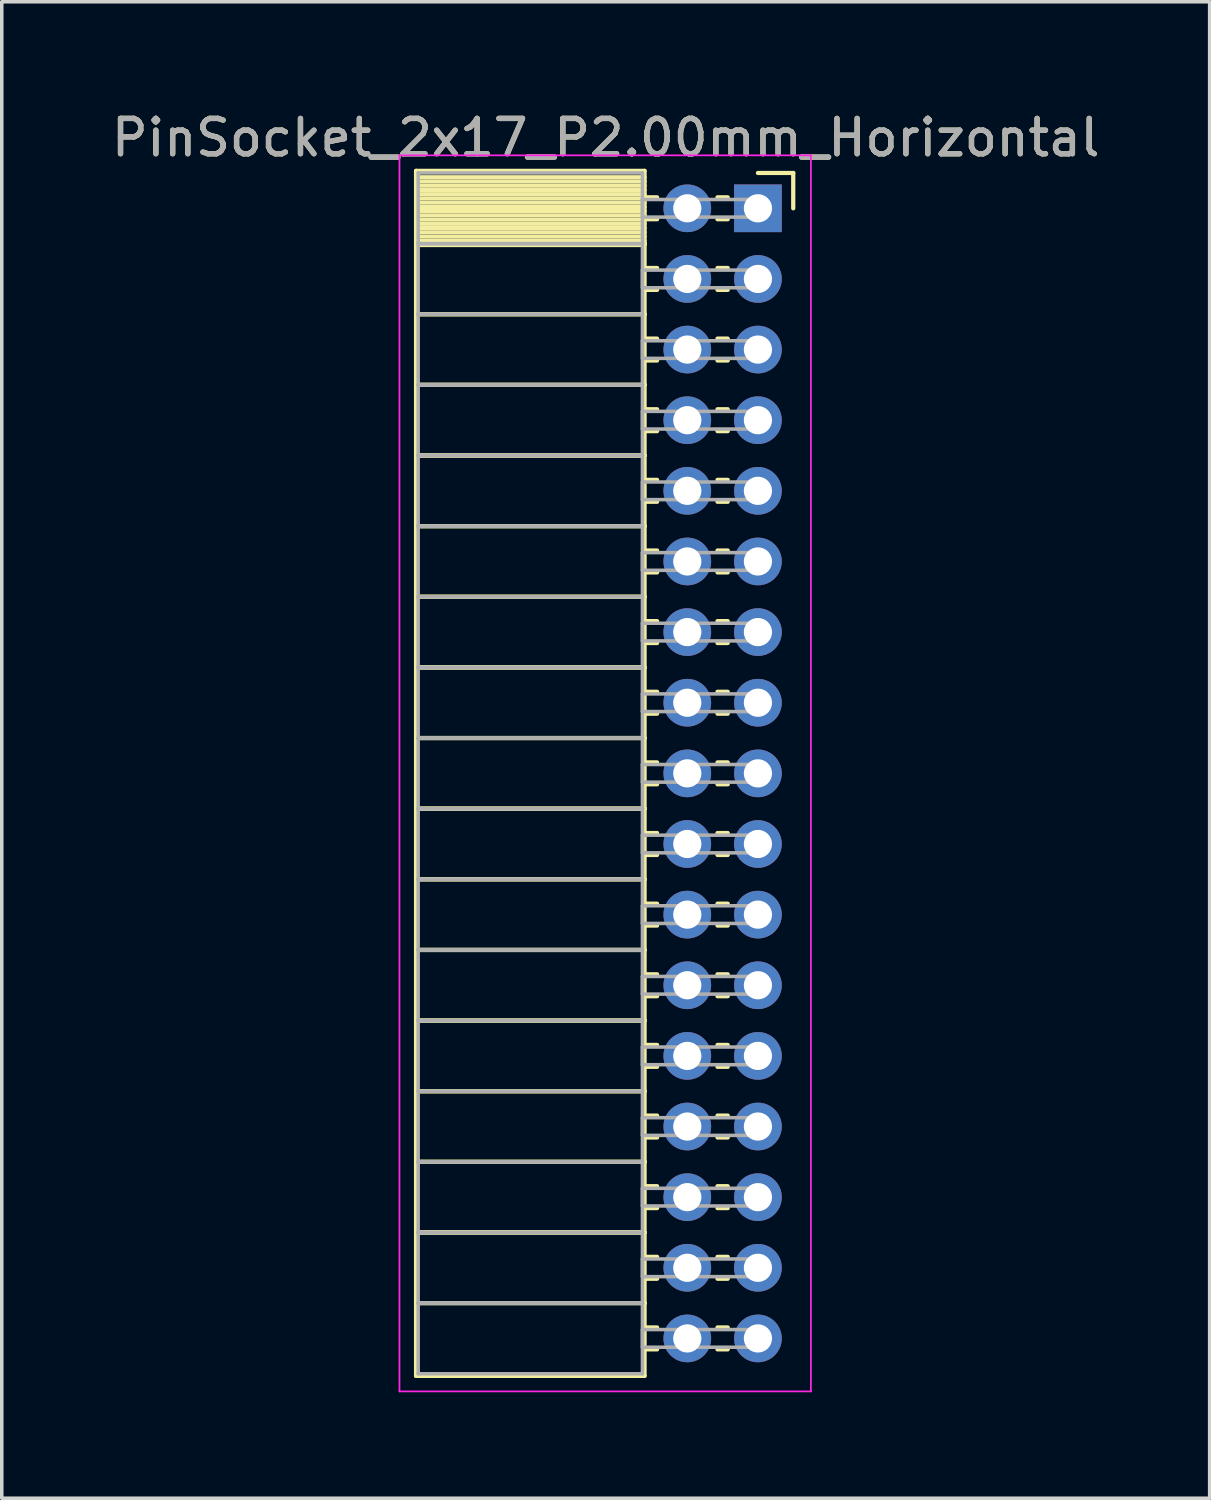
<source format=kicad_pcb>
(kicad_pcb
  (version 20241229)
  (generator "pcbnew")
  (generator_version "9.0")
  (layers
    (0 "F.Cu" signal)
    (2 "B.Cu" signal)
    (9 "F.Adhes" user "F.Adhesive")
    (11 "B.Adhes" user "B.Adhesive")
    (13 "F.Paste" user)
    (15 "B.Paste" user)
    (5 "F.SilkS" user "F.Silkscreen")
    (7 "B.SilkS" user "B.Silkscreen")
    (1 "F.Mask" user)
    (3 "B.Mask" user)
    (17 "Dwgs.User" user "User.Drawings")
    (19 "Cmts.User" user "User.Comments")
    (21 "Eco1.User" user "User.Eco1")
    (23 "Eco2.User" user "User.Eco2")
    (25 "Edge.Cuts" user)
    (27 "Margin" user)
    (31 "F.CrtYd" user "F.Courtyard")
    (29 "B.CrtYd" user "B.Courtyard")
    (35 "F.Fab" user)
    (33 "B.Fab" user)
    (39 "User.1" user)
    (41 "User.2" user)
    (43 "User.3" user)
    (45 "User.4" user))
  (footprint "PinSocket_2x17_P2.00mm_Horizontal"
    (layer "F.Cu")
    (at 18.411 2.848)
    (property "Reference" "PinSocket_2x17_P2.00mm_Horizontal" (at -4.31 -2 0) (layer "F.SilkS") (effects (font (size 1 1) (thickness 0.15))))
    (attr through_hole)
    (fp_line (start -9.68 -1.06) (end -3.21 -1.06) (stroke (width 0.12) (type solid)) (layer "F.SilkS"))
    (fp_line (start -9.68 1) (end -9.68 -1.06) (stroke (width 0.12) (type solid)) (layer "F.SilkS"))
    (fp_line (start -9.68 1) (end -3.21 1) (stroke (width 0.12) (type solid)) (layer "F.SilkS"))
    (fp_line (start -9.68 3) (end -9.68 1) (stroke (width 0.12) (type solid)) (layer "F.SilkS"))
    (fp_line (start -9.68 3) (end -3.21 3) (stroke (width 0.12) (type solid)) (layer "F.SilkS"))
    (fp_line (start -9.68 5) (end -9.68 3) (stroke (width 0.12) (type solid)) (layer "F.SilkS"))
    (fp_line (start -9.68 5) (end -3.21 5) (stroke (width 0.12) (type solid)) (layer "F.SilkS"))
    (fp_line (start -9.68 7) (end -9.68 5) (stroke (width 0.12) (type solid)) (layer "F.SilkS"))
    (fp_line (start -9.68 7) (end -3.21 7) (stroke (width 0.12) (type solid)) (layer "F.SilkS"))
    (fp_line (start -9.68 9) (end -9.68 7) (stroke (width 0.12) (type solid)) (layer "F.SilkS"))
    (fp_line (start -9.68 9) (end -3.21 9) (stroke (width 0.12) (type solid)) (layer "F.SilkS"))
    (fp_line (start -9.68 11) (end -9.68 9) (stroke (width 0.12) (type solid)) (layer "F.SilkS"))
    (fp_line (start -9.68 11) (end -3.21 11) (stroke (width 0.12) (type solid)) (layer "F.SilkS"))
    (fp_line (start -9.68 13) (end -9.68 11) (stroke (width 0.12) (type solid)) (layer "F.SilkS"))
    (fp_line (start -9.68 13) (end -3.21 13) (stroke (width 0.12) (type solid)) (layer "F.SilkS"))
    (fp_line (start -9.68 15) (end -9.68 13) (stroke (width 0.12) (type solid)) (layer "F.SilkS"))
    (fp_line (start -9.68 15) (end -3.21 15) (stroke (width 0.12) (type solid)) (layer "F.SilkS"))
    (fp_line (start -9.68 17) (end -9.68 15) (stroke (width 0.12) (type solid)) (layer "F.SilkS"))
    (fp_line (start -9.68 17) (end -3.21 17) (stroke (width 0.12) (type solid)) (layer "F.SilkS"))
    (fp_line (start -9.68 19) (end -9.68 17) (stroke (width 0.12) (type solid)) (layer "F.SilkS"))
    (fp_line (start -9.68 19) (end -3.21 19) (stroke (width 0.12) (type solid)) (layer "F.SilkS"))
    (fp_line (start -9.68 21) (end -9.68 19) (stroke (width 0.12) (type solid)) (layer "F.SilkS"))
    (fp_line (start -9.68 21) (end -3.21 21) (stroke (width 0.12) (type solid)) (layer "F.SilkS"))
    (fp_line (start -9.68 23) (end -9.68 21) (stroke (width 0.12) (type solid)) (layer "F.SilkS"))
    (fp_line (start -9.68 23) (end -3.21 23) (stroke (width 0.12) (type solid)) (layer "F.SilkS"))
    (fp_line (start -9.68 25) (end -9.68 23) (stroke (width 0.12) (type solid)) (layer "F.SilkS"))
    (fp_line (start -9.68 25) (end -3.21 25) (stroke (width 0.12) (type solid)) (layer "F.SilkS"))
    (fp_line (start -9.68 27) (end -9.68 25) (stroke (width 0.12) (type solid)) (layer "F.SilkS"))
    (fp_line (start -9.68 27) (end -3.21 27) (stroke (width 0.12) (type solid)) (layer "F.SilkS"))
    (fp_line (start -9.68 29) (end -9.68 27) (stroke (width 0.12) (type solid)) (layer "F.SilkS"))
    (fp_line (start -9.68 29) (end -3.21 29) (stroke (width 0.12) (type solid)) (layer "F.SilkS"))
    (fp_line (start -9.68 31) (end -9.68 29) (stroke (width 0.12) (type solid)) (layer "F.SilkS"))
    (fp_line (start -9.68 31) (end -3.21 31) (stroke (width 0.12) (type solid)) (layer "F.SilkS"))
    (fp_line (start -9.68 33.06) (end -9.68 31) (stroke (width 0.12) (type solid)) (layer "F.SilkS"))
    (fp_line (start -3.21 -1.06) (end -3.21 1) (stroke (width 0.12) (type solid)) (layer "F.SilkS"))
    (fp_line (start -3.21 -0.88) (end -9.68 -0.88) (stroke (width 0.12) (type solid)) (layer "F.SilkS"))
    (fp_line (start -3.21 -0.76) (end -9.68 -0.76) (stroke (width 0.12) (type solid)) (layer "F.SilkS"))
    (fp_line (start -3.21 -0.64) (end -9.68 -0.64) (stroke (width 0.12) (type solid)) (layer "F.SilkS"))
    (fp_line (start -3.21 -0.52) (end -9.68 -0.52) (stroke (width 0.12) (type solid)) (layer "F.SilkS"))
    (fp_line (start -3.21 -0.4) (end -9.68 -0.4) (stroke (width 0.12) (type solid)) (layer "F.SilkS"))
    (fp_line (start -3.21 -0.28) (end -9.68 -0.28) (stroke (width 0.12) (type solid)) (layer "F.SilkS"))
    (fp_line (start -3.21 -0.16) (end -9.68 -0.16) (stroke (width 0.12) (type solid)) (layer "F.SilkS"))
    (fp_line (start -3.21 -0.04) (end -9.68 -0.04) (stroke (width 0.12) (type solid)) (layer "F.SilkS"))
    (fp_line (start -3.21 0.08) (end -9.68 0.08) (stroke (width 0.12) (type solid)) (layer "F.SilkS"))
    (fp_line (start -3.21 0.2) (end -9.68 0.2) (stroke (width 0.12) (type solid)) (layer "F.SilkS"))
    (fp_line (start -3.21 0.32) (end -9.68 0.32) (stroke (width 0.12) (type solid)) (layer "F.SilkS"))
    (fp_line (start -3.21 0.44) (end -9.68 0.44) (stroke (width 0.12) (type solid)) (layer "F.SilkS"))
    (fp_line (start -3.21 0.56) (end -9.68 0.56) (stroke (width 0.12) (type solid)) (layer "F.SilkS"))
    (fp_line (start -3.21 0.68) (end -9.68 0.68) (stroke (width 0.12) (type solid)) (layer "F.SilkS"))
    (fp_line (start -3.21 0.8) (end -9.68 0.8) (stroke (width 0.12) (type solid)) (layer "F.SilkS"))
    (fp_line (start -3.21 0.92) (end -9.68 0.92) (stroke (width 0.12) (type solid)) (layer "F.SilkS"))
    (fp_line (start -3.21 1) (end -9.68 1) (stroke (width 0.12) (type solid)) (layer "F.SilkS"))
    (fp_line (start -3.21 1) (end -3.21 3) (stroke (width 0.12) (type solid)) (layer "F.SilkS"))
    (fp_line (start -3.21 1.04) (end -9.68 1.04) (stroke (width 0.12) (type solid)) (layer "F.SilkS"))
    (fp_line (start -3.21 3) (end -9.68 3) (stroke (width 0.12) (type solid)) (layer "F.SilkS"))
    (fp_line (start -3.21 3) (end -3.21 5) (stroke (width 0.12) (type solid)) (layer "F.SilkS"))
    (fp_line (start -3.21 5) (end -9.68 5) (stroke (width 0.12) (type solid)) (layer "F.SilkS"))
    (fp_line (start -3.21 5) (end -3.21 7) (stroke (width 0.12) (type solid)) (layer "F.SilkS"))
    (fp_line (start -3.21 7) (end -9.68 7) (stroke (width 0.12) (type solid)) (layer "F.SilkS"))
    (fp_line (start -3.21 7) (end -3.21 9) (stroke (width 0.12) (type solid)) (layer "F.SilkS"))
    (fp_line (start -3.21 9) (end -9.68 9) (stroke (width 0.12) (type solid)) (layer "F.SilkS"))
    (fp_line (start -3.21 9) (end -3.21 11) (stroke (width 0.12) (type solid)) (layer "F.SilkS"))
    (fp_line (start -3.21 11) (end -9.68 11) (stroke (width 0.12) (type solid)) (layer "F.SilkS"))
    (fp_line (start -3.21 11) (end -3.21 13) (stroke (width 0.12) (type solid)) (layer "F.SilkS"))
    (fp_line (start -3.21 13) (end -9.68 13) (stroke (width 0.12) (type solid)) (layer "F.SilkS"))
    (fp_line (start -3.21 13) (end -3.21 15) (stroke (width 0.12) (type solid)) (layer "F.SilkS"))
    (fp_line (start -3.21 15) (end -9.68 15) (stroke (width 0.12) (type solid)) (layer "F.SilkS"))
    (fp_line (start -3.21 15) (end -3.21 17) (stroke (width 0.12) (type solid)) (layer "F.SilkS"))
    (fp_line (start -3.21 17) (end -9.68 17) (stroke (width 0.12) (type solid)) (layer "F.SilkS"))
    (fp_line (start -3.21 17) (end -3.21 19) (stroke (width 0.12) (type solid)) (layer "F.SilkS"))
    (fp_line (start -3.21 19) (end -9.68 19) (stroke (width 0.12) (type solid)) (layer "F.SilkS"))
    (fp_line (start -3.21 19) (end -3.21 21) (stroke (width 0.12) (type solid)) (layer "F.SilkS"))
    (fp_line (start -3.21 21) (end -9.68 21) (stroke (width 0.12) (type solid)) (layer "F.SilkS"))
    (fp_line (start -3.21 21) (end -3.21 23) (stroke (width 0.12) (type solid)) (layer "F.SilkS"))
    (fp_line (start -3.21 23) (end -9.68 23) (stroke (width 0.12) (type solid)) (layer "F.SilkS"))
    (fp_line (start -3.21 23) (end -3.21 25) (stroke (width 0.12) (type solid)) (layer "F.SilkS"))
    (fp_line (start -3.21 25) (end -9.68 25) (stroke (width 0.12) (type solid)) (layer "F.SilkS"))
    (fp_line (start -3.21 25) (end -3.21 27) (stroke (width 0.12) (type solid)) (layer "F.SilkS"))
    (fp_line (start -3.21 27) (end -9.68 27) (stroke (width 0.12) (type solid)) (layer "F.SilkS"))
    (fp_line (start -3.21 27) (end -3.21 29) (stroke (width 0.12) (type solid)) (layer "F.SilkS"))
    (fp_line (start -3.21 29) (end -9.68 29) (stroke (width 0.12) (type solid)) (layer "F.SilkS"))
    (fp_line (start -3.21 29) (end -3.21 31) (stroke (width 0.12) (type solid)) (layer "F.SilkS"))
    (fp_line (start -3.21 31) (end -9.68 31) (stroke (width 0.12) (type solid)) (layer "F.SilkS"))
    (fp_line (start -3.21 31) (end -3.21 33.06) (stroke (width 0.12) (type solid)) (layer "F.SilkS"))
    (fp_line (start -3.21 33.06) (end -9.68 33.06) (stroke (width 0.12) (type solid)) (layer "F.SilkS"))
    (fp_line (start -2.855 -0.31) (end -3.21 -0.31) (stroke (width 0.12) (type solid)) (layer "F.SilkS"))
    (fp_line (start -2.855 0.31) (end -3.21 0.31) (stroke (width 0.12) (type solid)) (layer "F.SilkS"))
    (fp_line (start -2.855 1.69) (end -3.21 1.69) (stroke (width 0.12) (type solid)) (layer "F.SilkS"))
    (fp_line (start -2.855 2.31) (end -3.21 2.31) (stroke (width 0.12) (type solid)) (layer "F.SilkS"))
    (fp_line (start -2.855 3.69) (end -3.21 3.69) (stroke (width 0.12) (type solid)) (layer "F.SilkS"))
    (fp_line (start -2.855 4.31) (end -3.21 4.31) (stroke (width 0.12) (type solid)) (layer "F.SilkS"))
    (fp_line (start -2.855 5.69) (end -3.21 5.69) (stroke (width 0.12) (type solid)) (layer "F.SilkS"))
    (fp_line (start -2.855 6.31) (end -3.21 6.31) (stroke (width 0.12) (type solid)) (layer "F.SilkS"))
    (fp_line (start -2.855 7.69) (end -3.21 7.69) (stroke (width 0.12) (type solid)) (layer "F.SilkS"))
    (fp_line (start -2.855 8.31) (end -3.21 8.31) (stroke (width 0.12) (type solid)) (layer "F.SilkS"))
    (fp_line (start -2.855 9.69) (end -3.21 9.69) (stroke (width 0.12) (type solid)) (layer "F.SilkS"))
    (fp_line (start -2.855 10.31) (end -3.21 10.31) (stroke (width 0.12) (type solid)) (layer "F.SilkS"))
    (fp_line (start -2.855 11.69) (end -3.21 11.69) (stroke (width 0.12) (type solid)) (layer "F.SilkS"))
    (fp_line (start -2.855 12.31) (end -3.21 12.31) (stroke (width 0.12) (type solid)) (layer "F.SilkS"))
    (fp_line (start -2.855 13.69) (end -3.21 13.69) (stroke (width 0.12) (type solid)) (layer "F.SilkS"))
    (fp_line (start -2.855 14.31) (end -3.21 14.31) (stroke (width 0.12) (type solid)) (layer "F.SilkS"))
    (fp_line (start -2.855 15.69) (end -3.21 15.69) (stroke (width 0.12) (type solid)) (layer "F.SilkS"))
    (fp_line (start -2.855 16.31) (end -3.21 16.31) (stroke (width 0.12) (type solid)) (layer "F.SilkS"))
    (fp_line (start -2.855 17.69) (end -3.21 17.69) (stroke (width 0.12) (type solid)) (layer "F.SilkS"))
    (fp_line (start -2.855 18.31) (end -3.21 18.31) (stroke (width 0.12) (type solid)) (layer "F.SilkS"))
    (fp_line (start -2.855 19.69) (end -3.21 19.69) (stroke (width 0.12) (type solid)) (layer "F.SilkS"))
    (fp_line (start -2.855 20.31) (end -3.21 20.31) (stroke (width 0.12) (type solid)) (layer "F.SilkS"))
    (fp_line (start -2.855 21.69) (end -3.21 21.69) (stroke (width 0.12) (type solid)) (layer "F.SilkS"))
    (fp_line (start -2.855 22.31) (end -3.21 22.31) (stroke (width 0.12) (type solid)) (layer "F.SilkS"))
    (fp_line (start -2.855 23.69) (end -3.21 23.69) (stroke (width 0.12) (type solid)) (layer "F.SilkS"))
    (fp_line (start -2.855 24.31) (end -3.21 24.31) (stroke (width 0.12) (type solid)) (layer "F.SilkS"))
    (fp_line (start -2.855 25.69) (end -3.21 25.69) (stroke (width 0.12) (type solid)) (layer "F.SilkS"))
    (fp_line (start -2.855 26.31) (end -3.21 26.31) (stroke (width 0.12) (type solid)) (layer "F.SilkS"))
    (fp_line (start -2.855 27.69) (end -3.21 27.69) (stroke (width 0.12) (type solid)) (layer "F.SilkS"))
    (fp_line (start -2.855 28.31) (end -3.21 28.31) (stroke (width 0.12) (type solid)) (layer "F.SilkS"))
    (fp_line (start -2.855 29.69) (end -3.21 29.69) (stroke (width 0.12) (type solid)) (layer "F.SilkS"))
    (fp_line (start -2.855 30.31) (end -3.21 30.31) (stroke (width 0.12) (type solid)) (layer "F.SilkS"))
    (fp_line (start -2.855 31.69) (end -3.21 31.69) (stroke (width 0.12) (type solid)) (layer "F.SilkS"))
    (fp_line (start -2.855 32.31) (end -3.21 32.31) (stroke (width 0.12) (type solid)) (layer "F.SilkS"))
    (fp_line (start -0.855 -0.31) (end -1.145 -0.31) (stroke (width 0.12) (type solid)) (layer "F.SilkS"))
    (fp_line (start -0.855 0.31) (end -1.145 0.31) (stroke (width 0.12) (type solid)) (layer "F.SilkS"))
    (fp_line (start -0.855 1.69) (end -1.145 1.69) (stroke (width 0.12) (type solid)) (layer "F.SilkS"))
    (fp_line (start -0.855 2.31) (end -1.145 2.31) (stroke (width 0.12) (type solid)) (layer "F.SilkS"))
    (fp_line (start -0.855 3.69) (end -1.145 3.69) (stroke (width 0.12) (type solid)) (layer "F.SilkS"))
    (fp_line (start -0.855 4.31) (end -1.145 4.31) (stroke (width 0.12) (type solid)) (layer "F.SilkS"))
    (fp_line (start -0.855 5.69) (end -1.145 5.69) (stroke (width 0.12) (type solid)) (layer "F.SilkS"))
    (fp_line (start -0.855 6.31) (end -1.145 6.31) (stroke (width 0.12) (type solid)) (layer "F.SilkS"))
    (fp_line (start -0.855 7.69) (end -1.145 7.69) (stroke (width 0.12) (type solid)) (layer "F.SilkS"))
    (fp_line (start -0.855 8.31) (end -1.145 8.31) (stroke (width 0.12) (type solid)) (layer "F.SilkS"))
    (fp_line (start -0.855 9.69) (end -1.145 9.69) (stroke (width 0.12) (type solid)) (layer "F.SilkS"))
    (fp_line (start -0.855 10.31) (end -1.145 10.31) (stroke (width 0.12) (type solid)) (layer "F.SilkS"))
    (fp_line (start -0.855 11.69) (end -1.145 11.69) (stroke (width 0.12) (type solid)) (layer "F.SilkS"))
    (fp_line (start -0.855 12.31) (end -1.145 12.31) (stroke (width 0.12) (type solid)) (layer "F.SilkS"))
    (fp_line (start -0.855 13.69) (end -1.145 13.69) (stroke (width 0.12) (type solid)) (layer "F.SilkS"))
    (fp_line (start -0.855 14.31) (end -1.145 14.31) (stroke (width 0.12) (type solid)) (layer "F.SilkS"))
    (fp_line (start -0.855 15.69) (end -1.145 15.69) (stroke (width 0.12) (type solid)) (layer "F.SilkS"))
    (fp_line (start -0.855 16.31) (end -1.145 16.31) (stroke (width 0.12) (type solid)) (layer "F.SilkS"))
    (fp_line (start -0.855 17.69) (end -1.145 17.69) (stroke (width 0.12) (type solid)) (layer "F.SilkS"))
    (fp_line (start -0.855 18.31) (end -1.145 18.31) (stroke (width 0.12) (type solid)) (layer "F.SilkS"))
    (fp_line (start -0.855 19.69) (end -1.145 19.69) (stroke (width 0.12) (type solid)) (layer "F.SilkS"))
    (fp_line (start -0.855 20.31) (end -1.145 20.31) (stroke (width 0.12) (type solid)) (layer "F.SilkS"))
    (fp_line (start -0.855 21.69) (end -1.145 21.69) (stroke (width 0.12) (type solid)) (layer "F.SilkS"))
    (fp_line (start -0.855 22.31) (end -1.145 22.31) (stroke (width 0.12) (type solid)) (layer "F.SilkS"))
    (fp_line (start -0.855 23.69) (end -1.145 23.69) (stroke (width 0.12) (type solid)) (layer "F.SilkS"))
    (fp_line (start -0.855 24.31) (end -1.145 24.31) (stroke (width 0.12) (type solid)) (layer "F.SilkS"))
    (fp_line (start -0.855 25.69) (end -1.145 25.69) (stroke (width 0.12) (type solid)) (layer "F.SilkS"))
    (fp_line (start -0.855 26.31) (end -1.145 26.31) (stroke (width 0.12) (type solid)) (layer "F.SilkS"))
    (fp_line (start -0.855 27.69) (end -1.145 27.69) (stroke (width 0.12) (type solid)) (layer "F.SilkS"))
    (fp_line (start -0.855 28.31) (end -1.145 28.31) (stroke (width 0.12) (type solid)) (layer "F.SilkS"))
    (fp_line (start -0.855 29.69) (end -1.145 29.69) (stroke (width 0.12) (type solid)) (layer "F.SilkS"))
    (fp_line (start -0.855 30.31) (end -1.145 30.31) (stroke (width 0.12) (type solid)) (layer "F.SilkS"))
    (fp_line (start -0.855 31.69) (end -1.145 31.69) (stroke (width 0.12) (type solid)) (layer "F.SilkS"))
    (fp_line (start -0.855 32.31) (end -1.145 32.31) (stroke (width 0.12) (type solid)) (layer "F.SilkS"))
    (fp_line (start 0 -1) (end 1 -1) (stroke (width 0.12) (type solid)) (layer "F.SilkS"))
    (fp_line (start 1 -1) (end 1 0) (stroke (width 0.12) (type solid)) (layer "F.SilkS"))
    (fp_line (start -10.15 -1.5) (end 1.5 -1.5) (stroke (width 0.05) (type solid)) (layer "F.CrtYd"))
    (fp_line (start -10.15 33.5) (end -10.15 -1.5) (stroke (width 0.05) (type solid)) (layer "F.CrtYd"))
    (fp_line (start 1.5 -1.5) (end 1.5 33.5) (stroke (width 0.05) (type solid)) (layer "F.CrtYd"))
    (fp_line (start 1.5 33.5) (end -10.15 33.5) (stroke (width 0.05) (type solid)) (layer "F.CrtYd"))
    (fp_line (start -9.62 -1) (end -3.27 -1) (stroke (width 0.1) (type solid)) (layer "F.Fab"))
    (fp_line (start -9.62 1) (end -9.62 -1) (stroke (width 0.1) (type solid)) (layer "F.Fab"))
    (fp_line (start -9.62 1) (end -3.27 1) (stroke (width 0.1) (type solid)) (layer "F.Fab"))
    (fp_line (start -9.62 3) (end -9.62 1) (stroke (width 0.1) (type solid)) (layer "F.Fab"))
    (fp_line (start -9.62 3) (end -3.27 3) (stroke (width 0.1) (type solid)) (layer "F.Fab"))
    (fp_line (start -9.62 5) (end -9.62 3) (stroke (width 0.1) (type solid)) (layer "F.Fab"))
    (fp_line (start -9.62 5) (end -3.27 5) (stroke (width 0.1) (type solid)) (layer "F.Fab"))
    (fp_line (start -9.62 7) (end -9.62 5) (stroke (width 0.1) (type solid)) (layer "F.Fab"))
    (fp_line (start -9.62 7) (end -3.27 7) (stroke (width 0.1) (type solid)) (layer "F.Fab"))
    (fp_line (start -9.62 9) (end -9.62 7) (stroke (width 0.1) (type solid)) (layer "F.Fab"))
    (fp_line (start -9.62 9) (end -3.27 9) (stroke (width 0.1) (type solid)) (layer "F.Fab"))
    (fp_line (start -9.62 11) (end -9.62 9) (stroke (width 0.1) (type solid)) (layer "F.Fab"))
    (fp_line (start -9.62 11) (end -3.27 11) (stroke (width 0.1) (type solid)) (layer "F.Fab"))
    (fp_line (start -9.62 13) (end -9.62 11) (stroke (width 0.1) (type solid)) (layer "F.Fab"))
    (fp_line (start -9.62 13) (end -3.27 13) (stroke (width 0.1) (type solid)) (layer "F.Fab"))
    (fp_line (start -9.62 15) (end -9.62 13) (stroke (width 0.1) (type solid)) (layer "F.Fab"))
    (fp_line (start -9.62 15) (end -3.27 15) (stroke (width 0.1) (type solid)) (layer "F.Fab"))
    (fp_line (start -9.62 17) (end -9.62 15) (stroke (width 0.1) (type solid)) (layer "F.Fab"))
    (fp_line (start -9.62 17) (end -3.27 17) (stroke (width 0.1) (type solid)) (layer "F.Fab"))
    (fp_line (start -9.62 19) (end -9.62 17) (stroke (width 0.1) (type solid)) (layer "F.Fab"))
    (fp_line (start -9.62 19) (end -3.27 19) (stroke (width 0.1) (type solid)) (layer "F.Fab"))
    (fp_line (start -9.62 21) (end -9.62 19) (stroke (width 0.1) (type solid)) (layer "F.Fab"))
    (fp_line (start -9.62 21) (end -3.27 21) (stroke (width 0.1) (type solid)) (layer "F.Fab"))
    (fp_line (start -9.62 23) (end -9.62 21) (stroke (width 0.1) (type solid)) (layer "F.Fab"))
    (fp_line (start -9.62 23) (end -3.27 23) (stroke (width 0.1) (type solid)) (layer "F.Fab"))
    (fp_line (start -9.62 25) (end -9.62 23) (stroke (width 0.1) (type solid)) (layer "F.Fab"))
    (fp_line (start -9.62 25) (end -3.27 25) (stroke (width 0.1) (type solid)) (layer "F.Fab"))
    (fp_line (start -9.62 27) (end -9.62 25) (stroke (width 0.1) (type solid)) (layer "F.Fab"))
    (fp_line (start -9.62 27) (end -3.27 27) (stroke (width 0.1) (type solid)) (layer "F.Fab"))
    (fp_line (start -9.62 29) (end -9.62 27) (stroke (width 0.1) (type solid)) (layer "F.Fab"))
    (fp_line (start -9.62 29) (end -3.27 29) (stroke (width 0.1) (type solid)) (layer "F.Fab"))
    (fp_line (start -9.62 31) (end -9.62 29) (stroke (width 0.1) (type solid)) (layer "F.Fab"))
    (fp_line (start -9.62 31) (end -3.27 31) (stroke (width 0.1) (type solid)) (layer "F.Fab"))
    (fp_line (start -9.62 33) (end -9.62 31) (stroke (width 0.1) (type solid)) (layer "F.Fab"))
    (fp_line (start -3.27 -1) (end -3.27 1) (stroke (width 0.1) (type solid)) (layer "F.Fab"))
    (fp_line (start -3.27 -0.25) (end 0 -0.25) (stroke (width 0.1) (type solid)) (layer "F.Fab"))
    (fp_line (start -3.27 0.25) (end -3.27 -0.25) (stroke (width 0.1) (type solid)) (layer "F.Fab"))
    (fp_line (start -3.27 1) (end -9.62 1) (stroke (width 0.1) (type solid)) (layer "F.Fab"))
    (fp_line (start -3.27 1) (end -3.27 3) (stroke (width 0.1) (type solid)) (layer "F.Fab"))
    (fp_line (start -3.27 1.75) (end 0 1.75) (stroke (width 0.1) (type solid)) (layer "F.Fab"))
    (fp_line (start -3.27 2.25) (end -3.27 1.75) (stroke (width 0.1) (type solid)) (layer "F.Fab"))
    (fp_line (start -3.27 3) (end -9.62 3) (stroke (width 0.1) (type solid)) (layer "F.Fab"))
    (fp_line (start -3.27 3) (end -3.27 5) (stroke (width 0.1) (type solid)) (layer "F.Fab"))
    (fp_line (start -3.27 3.75) (end 0 3.75) (stroke (width 0.1) (type solid)) (layer "F.Fab"))
    (fp_line (start -3.27 4.25) (end -3.27 3.75) (stroke (width 0.1) (type solid)) (layer "F.Fab"))
    (fp_line (start -3.27 5) (end -9.62 5) (stroke (width 0.1) (type solid)) (layer "F.Fab"))
    (fp_line (start -3.27 5) (end -3.27 7) (stroke (width 0.1) (type solid)) (layer "F.Fab"))
    (fp_line (start -3.27 5.75) (end 0 5.75) (stroke (width 0.1) (type solid)) (layer "F.Fab"))
    (fp_line (start -3.27 6.25) (end -3.27 5.75) (stroke (width 0.1) (type solid)) (layer "F.Fab"))
    (fp_line (start -3.27 7) (end -9.62 7) (stroke (width 0.1) (type solid)) (layer "F.Fab"))
    (fp_line (start -3.27 7) (end -3.27 9) (stroke (width 0.1) (type solid)) (layer "F.Fab"))
    (fp_line (start -3.27 7.75) (end 0 7.75) (stroke (width 0.1) (type solid)) (layer "F.Fab"))
    (fp_line (start -3.27 8.25) (end -3.27 7.75) (stroke (width 0.1) (type solid)) (layer "F.Fab"))
    (fp_line (start -3.27 9) (end -9.62 9) (stroke (width 0.1) (type solid)) (layer "F.Fab"))
    (fp_line (start -3.27 9) (end -3.27 11) (stroke (width 0.1) (type solid)) (layer "F.Fab"))
    (fp_line (start -3.27 9.75) (end 0 9.75) (stroke (width 0.1) (type solid)) (layer "F.Fab"))
    (fp_line (start -3.27 10.25) (end -3.27 9.75) (stroke (width 0.1) (type solid)) (layer "F.Fab"))
    (fp_line (start -3.27 11) (end -9.62 11) (stroke (width 0.1) (type solid)) (layer "F.Fab"))
    (fp_line (start -3.27 11) (end -3.27 13) (stroke (width 0.1) (type solid)) (layer "F.Fab"))
    (fp_line (start -3.27 11.75) (end 0 11.75) (stroke (width 0.1) (type solid)) (layer "F.Fab"))
    (fp_line (start -3.27 12.25) (end -3.27 11.75) (stroke (width 0.1) (type solid)) (layer "F.Fab"))
    (fp_line (start -3.27 13) (end -9.62 13) (stroke (width 0.1) (type solid)) (layer "F.Fab"))
    (fp_line (start -3.27 13) (end -3.27 15) (stroke (width 0.1) (type solid)) (layer "F.Fab"))
    (fp_line (start -3.27 13.75) (end 0 13.75) (stroke (width 0.1) (type solid)) (layer "F.Fab"))
    (fp_line (start -3.27 14.25) (end -3.27 13.75) (stroke (width 0.1) (type solid)) (layer "F.Fab"))
    (fp_line (start -3.27 15) (end -9.62 15) (stroke (width 0.1) (type solid)) (layer "F.Fab"))
    (fp_line (start -3.27 15) (end -3.27 17) (stroke (width 0.1) (type solid)) (layer "F.Fab"))
    (fp_line (start -3.27 15.75) (end 0 15.75) (stroke (width 0.1) (type solid)) (layer "F.Fab"))
    (fp_line (start -3.27 16.25) (end -3.27 15.75) (stroke (width 0.1) (type solid)) (layer "F.Fab"))
    (fp_line (start -3.27 17) (end -9.62 17) (stroke (width 0.1) (type solid)) (layer "F.Fab"))
    (fp_line (start -3.27 17) (end -3.27 19) (stroke (width 0.1) (type solid)) (layer "F.Fab"))
    (fp_line (start -3.27 17.75) (end 0 17.75) (stroke (width 0.1) (type solid)) (layer "F.Fab"))
    (fp_line (start -3.27 18.25) (end -3.27 17.75) (stroke (width 0.1) (type solid)) (layer "F.Fab"))
    (fp_line (start -3.27 19) (end -9.62 19) (stroke (width 0.1) (type solid)) (layer "F.Fab"))
    (fp_line (start -3.27 19) (end -3.27 21) (stroke (width 0.1) (type solid)) (layer "F.Fab"))
    (fp_line (start -3.27 19.75) (end 0 19.75) (stroke (width 0.1) (type solid)) (layer "F.Fab"))
    (fp_line (start -3.27 20.25) (end -3.27 19.75) (stroke (width 0.1) (type solid)) (layer "F.Fab"))
    (fp_line (start -3.27 21) (end -9.62 21) (stroke (width 0.1) (type solid)) (layer "F.Fab"))
    (fp_line (start -3.27 21) (end -3.27 23) (stroke (width 0.1) (type solid)) (layer "F.Fab"))
    (fp_line (start -3.27 21.75) (end 0 21.75) (stroke (width 0.1) (type solid)) (layer "F.Fab"))
    (fp_line (start -3.27 22.25) (end -3.27 21.75) (stroke (width 0.1) (type solid)) (layer "F.Fab"))
    (fp_line (start -3.27 23) (end -9.62 23) (stroke (width 0.1) (type solid)) (layer "F.Fab"))
    (fp_line (start -3.27 23) (end -3.27 25) (stroke (width 0.1) (type solid)) (layer "F.Fab"))
    (fp_line (start -3.27 23.75) (end 0 23.75) (stroke (width 0.1) (type solid)) (layer "F.Fab"))
    (fp_line (start -3.27 24.25) (end -3.27 23.75) (stroke (width 0.1) (type solid)) (layer "F.Fab"))
    (fp_line (start -3.27 25) (end -9.62 25) (stroke (width 0.1) (type solid)) (layer "F.Fab"))
    (fp_line (start -3.27 25) (end -3.27 27) (stroke (width 0.1) (type solid)) (layer "F.Fab"))
    (fp_line (start -3.27 25.75) (end 0 25.75) (stroke (width 0.1) (type solid)) (layer "F.Fab"))
    (fp_line (start -3.27 26.25) (end -3.27 25.75) (stroke (width 0.1) (type solid)) (layer "F.Fab"))
    (fp_line (start -3.27 27) (end -9.62 27) (stroke (width 0.1) (type solid)) (layer "F.Fab"))
    (fp_line (start -3.27 27) (end -3.27 29) (stroke (width 0.1) (type solid)) (layer "F.Fab"))
    (fp_line (start -3.27 27.75) (end 0 27.75) (stroke (width 0.1) (type solid)) (layer "F.Fab"))
    (fp_line (start -3.27 28.25) (end -3.27 27.75) (stroke (width 0.1) (type solid)) (layer "F.Fab"))
    (fp_line (start -3.27 29) (end -9.62 29) (stroke (width 0.1) (type solid)) (layer "F.Fab"))
    (fp_line (start -3.27 29) (end -3.27 31) (stroke (width 0.1) (type solid)) (layer "F.Fab"))
    (fp_line (start -3.27 29.75) (end 0 29.75) (stroke (width 0.1) (type solid)) (layer "F.Fab"))
    (fp_line (start -3.27 30.25) (end -3.27 29.75) (stroke (width 0.1) (type solid)) (layer "F.Fab"))
    (fp_line (start -3.27 31) (end -9.62 31) (stroke (width 0.1) (type solid)) (layer "F.Fab"))
    (fp_line (start -3.27 31) (end -3.27 33) (stroke (width 0.1) (type solid)) (layer "F.Fab"))
    (fp_line (start -3.27 31.75) (end 0 31.75) (stroke (width 0.1) (type solid)) (layer "F.Fab"))
    (fp_line (start -3.27 32.25) (end -3.27 31.75) (stroke (width 0.1) (type solid)) (layer "F.Fab"))
    (fp_line (start -3.27 33) (end -9.62 33) (stroke (width 0.1) (type solid)) (layer "F.Fab"))
    (fp_line (start 0 -0.25) (end 0 0.25) (stroke (width 0.1) (type solid)) (layer "F.Fab"))
    (fp_line (start 0 0.25) (end -3.27 0.25) (stroke (width 0.1) (type solid)) (layer "F.Fab"))
    (fp_line (start 0 1.75) (end 0 2.25) (stroke (width 0.1) (type solid)) (layer "F.Fab"))
    (fp_line (start 0 2.25) (end -3.27 2.25) (stroke (width 0.1) (type solid)) (layer "F.Fab"))
    (fp_line (start 0 3.75) (end 0 4.25) (stroke (width 0.1) (type solid)) (layer "F.Fab"))
    (fp_line (start 0 4.25) (end -3.27 4.25) (stroke (width 0.1) (type solid)) (layer "F.Fab"))
    (fp_line (start 0 5.75) (end 0 6.25) (stroke (width 0.1) (type solid)) (layer "F.Fab"))
    (fp_line (start 0 6.25) (end -3.27 6.25) (stroke (width 0.1) (type solid)) (layer "F.Fab"))
    (fp_line (start 0 7.75) (end 0 8.25) (stroke (width 0.1) (type solid)) (layer "F.Fab"))
    (fp_line (start 0 8.25) (end -3.27 8.25) (stroke (width 0.1) (type solid)) (layer "F.Fab"))
    (fp_line (start 0 9.75) (end 0 10.25) (stroke (width 0.1) (type solid)) (layer "F.Fab"))
    (fp_line (start 0 10.25) (end -3.27 10.25) (stroke (width 0.1) (type solid)) (layer "F.Fab"))
    (fp_line (start 0 11.75) (end 0 12.25) (stroke (width 0.1) (type solid)) (layer "F.Fab"))
    (fp_line (start 0 12.25) (end -3.27 12.25) (stroke (width 0.1) (type solid)) (layer "F.Fab"))
    (fp_line (start 0 13.75) (end 0 14.25) (stroke (width 0.1) (type solid)) (layer "F.Fab"))
    (fp_line (start 0 14.25) (end -3.27 14.25) (stroke (width 0.1) (type solid)) (layer "F.Fab"))
    (fp_line (start 0 15.75) (end 0 16.25) (stroke (width 0.1) (type solid)) (layer "F.Fab"))
    (fp_line (start 0 16.25) (end -3.27 16.25) (stroke (width 0.1) (type solid)) (layer "F.Fab"))
    (fp_line (start 0 17.75) (end 0 18.25) (stroke (width 0.1) (type solid)) (layer "F.Fab"))
    (fp_line (start 0 18.25) (end -3.27 18.25) (stroke (width 0.1) (type solid)) (layer "F.Fab"))
    (fp_line (start 0 19.75) (end 0 20.25) (stroke (width 0.1) (type solid)) (layer "F.Fab"))
    (fp_line (start 0 20.25) (end -3.27 20.25) (stroke (width 0.1) (type solid)) (layer "F.Fab"))
    (fp_line (start 0 21.75) (end 0 22.25) (stroke (width 0.1) (type solid)) (layer "F.Fab"))
    (fp_line (start 0 22.25) (end -3.27 22.25) (stroke (width 0.1) (type solid)) (layer "F.Fab"))
    (fp_line (start 0 23.75) (end 0 24.25) (stroke (width 0.1) (type solid)) (layer "F.Fab"))
    (fp_line (start 0 24.25) (end -3.27 24.25) (stroke (width 0.1) (type solid)) (layer "F.Fab"))
    (fp_line (start 0 25.75) (end 0 26.25) (stroke (width 0.1) (type solid)) (layer "F.Fab"))
    (fp_line (start 0 26.25) (end -3.27 26.25) (stroke (width 0.1) (type solid)) (layer "F.Fab"))
    (fp_line (start 0 27.75) (end 0 28.25) (stroke (width 0.1) (type solid)) (layer "F.Fab"))
    (fp_line (start 0 28.25) (end -3.27 28.25) (stroke (width 0.1) (type solid)) (layer "F.Fab"))
    (fp_line (start 0 29.75) (end 0 30.25) (stroke (width 0.1) (type solid)) (layer "F.Fab"))
    (fp_line (start 0 30.25) (end -3.27 30.25) (stroke (width 0.1) (type solid)) (layer "F.Fab"))
    (fp_line (start 0 31.75) (end 0 32.25) (stroke (width 0.1) (type solid)) (layer "F.Fab"))
    (fp_line (start 0 32.25) (end -3.27 32.25) (stroke (width 0.1) (type solid)) (layer "F.Fab"))
    (fp_text user "${REFERENCE}" (at -4.31 -2 0) (layer "F.Fab") (effects (font (size 1 1) (thickness 0.15))))
    (pad "1" thru_hole rect (at 0 0) (size 1.35 1.35) (drill 0.8) (layers "*.Cu" "*.Mask"))
    (pad "2" thru_hole oval (at -2 0) (size 1.35 1.35) (drill 0.8) (layers "*.Cu" "*.Mask"))
    (pad "3" thru_hole oval (at 0 2) (size 1.35 1.35) (drill 0.8) (layers "*.Cu" "*.Mask"))
    (pad "4" thru_hole oval (at -2 2) (size 1.35 1.35) (drill 0.8) (layers "*.Cu" "*.Mask"))
    (pad "5" thru_hole oval (at 0 4) (size 1.35 1.35) (drill 0.8) (layers "*.Cu" "*.Mask"))
    (pad "6" thru_hole oval (at -2 4) (size 1.35 1.35) (drill 0.8) (layers "*.Cu" "*.Mask"))
    (pad "7" thru_hole oval (at 0 6) (size 1.35 1.35) (drill 0.8) (layers "*.Cu" "*.Mask"))
    (pad "8" thru_hole oval (at -2 6) (size 1.35 1.35) (drill 0.8) (layers "*.Cu" "*.Mask"))
    (pad "9" thru_hole oval (at 0 8) (size 1.35 1.35) (drill 0.8) (layers "*.Cu" "*.Mask"))
    (pad "10" thru_hole oval (at -2 8) (size 1.35 1.35) (drill 0.8) (layers "*.Cu" "*.Mask"))
    (pad "11" thru_hole oval (at 0 10) (size 1.35 1.35) (drill 0.8) (layers "*.Cu" "*.Mask"))
    (pad "12" thru_hole oval (at -2 10) (size 1.35 1.35) (drill 0.8) (layers "*.Cu" "*.Mask"))
    (pad "13" thru_hole oval (at 0 12) (size 1.35 1.35) (drill 0.8) (layers "*.Cu" "*.Mask"))
    (pad "14" thru_hole oval (at -2 12) (size 1.35 1.35) (drill 0.8) (layers "*.Cu" "*.Mask"))
    (pad "15" thru_hole oval (at 0 14) (size 1.35 1.35) (drill 0.8) (layers "*.Cu" "*.Mask"))
    (pad "16" thru_hole oval (at -2 14) (size 1.35 1.35) (drill 0.8) (layers "*.Cu" "*.Mask"))
    (pad "17" thru_hole oval (at 0 16) (size 1.35 1.35) (drill 0.8) (layers "*.Cu" "*.Mask"))
    (pad "18" thru_hole oval (at -2 16) (size 1.35 1.35) (drill 0.8) (layers "*.Cu" "*.Mask"))
    (pad "19" thru_hole oval (at 0 18) (size 1.35 1.35) (drill 0.8) (layers "*.Cu" "*.Mask"))
    (pad "20" thru_hole oval (at -2 18) (size 1.35 1.35) (drill 0.8) (layers "*.Cu" "*.Mask"))
    (pad "21" thru_hole oval (at 0 20) (size 1.35 1.35) (drill 0.8) (layers "*.Cu" "*.Mask"))
    (pad "22" thru_hole oval (at -2 20) (size 1.35 1.35) (drill 0.8) (layers "*.Cu" "*.Mask"))
    (pad "23" thru_hole oval (at 0 22) (size 1.35 1.35) (drill 0.8) (layers "*.Cu" "*.Mask"))
    (pad "24" thru_hole oval (at -2 22) (size 1.35 1.35) (drill 0.8) (layers "*.Cu" "*.Mask"))
    (pad "25" thru_hole oval (at 0 24) (size 1.35 1.35) (drill 0.8) (layers "*.Cu" "*.Mask"))
    (pad "26" thru_hole oval (at -2 24) (size 1.35 1.35) (drill 0.8) (layers "*.Cu" "*.Mask"))
    (pad "27" thru_hole oval (at 0 26) (size 1.35 1.35) (drill 0.8) (layers "*.Cu" "*.Mask"))
    (pad "28" thru_hole oval (at -2 26) (size 1.35 1.35) (drill 0.8) (layers "*.Cu" "*.Mask"))
    (pad "29" thru_hole oval (at 0 28) (size 1.35 1.35) (drill 0.8) (layers "*.Cu" "*.Mask"))
    (pad "30" thru_hole oval (at -2 28) (size 1.35 1.35) (drill 0.8) (layers "*.Cu" "*.Mask"))
    (pad "31" thru_hole oval (at 0 30) (size 1.35 1.35) (drill 0.8) (layers "*.Cu" "*.Mask"))
    (pad "32" thru_hole oval (at -2 30) (size 1.35 1.35) (drill 0.8) (layers "*.Cu" "*.Mask"))
    (pad "33" thru_hole oval (at 0 32) (size 1.35 1.35) (drill 0.8) (layers "*.Cu" "*.Mask"))
    (pad "34" thru_hole oval (at -2 32) (size 1.35 1.35) (drill 0.8) (layers "*.Cu" "*.Mask")))
  (gr_rect
    (start -3 -3)
    (end 31.202 39.373)
    (stroke (width 0.1) (type default))
    (fill no)
    (layer "Edge.Cuts")))
</source>
